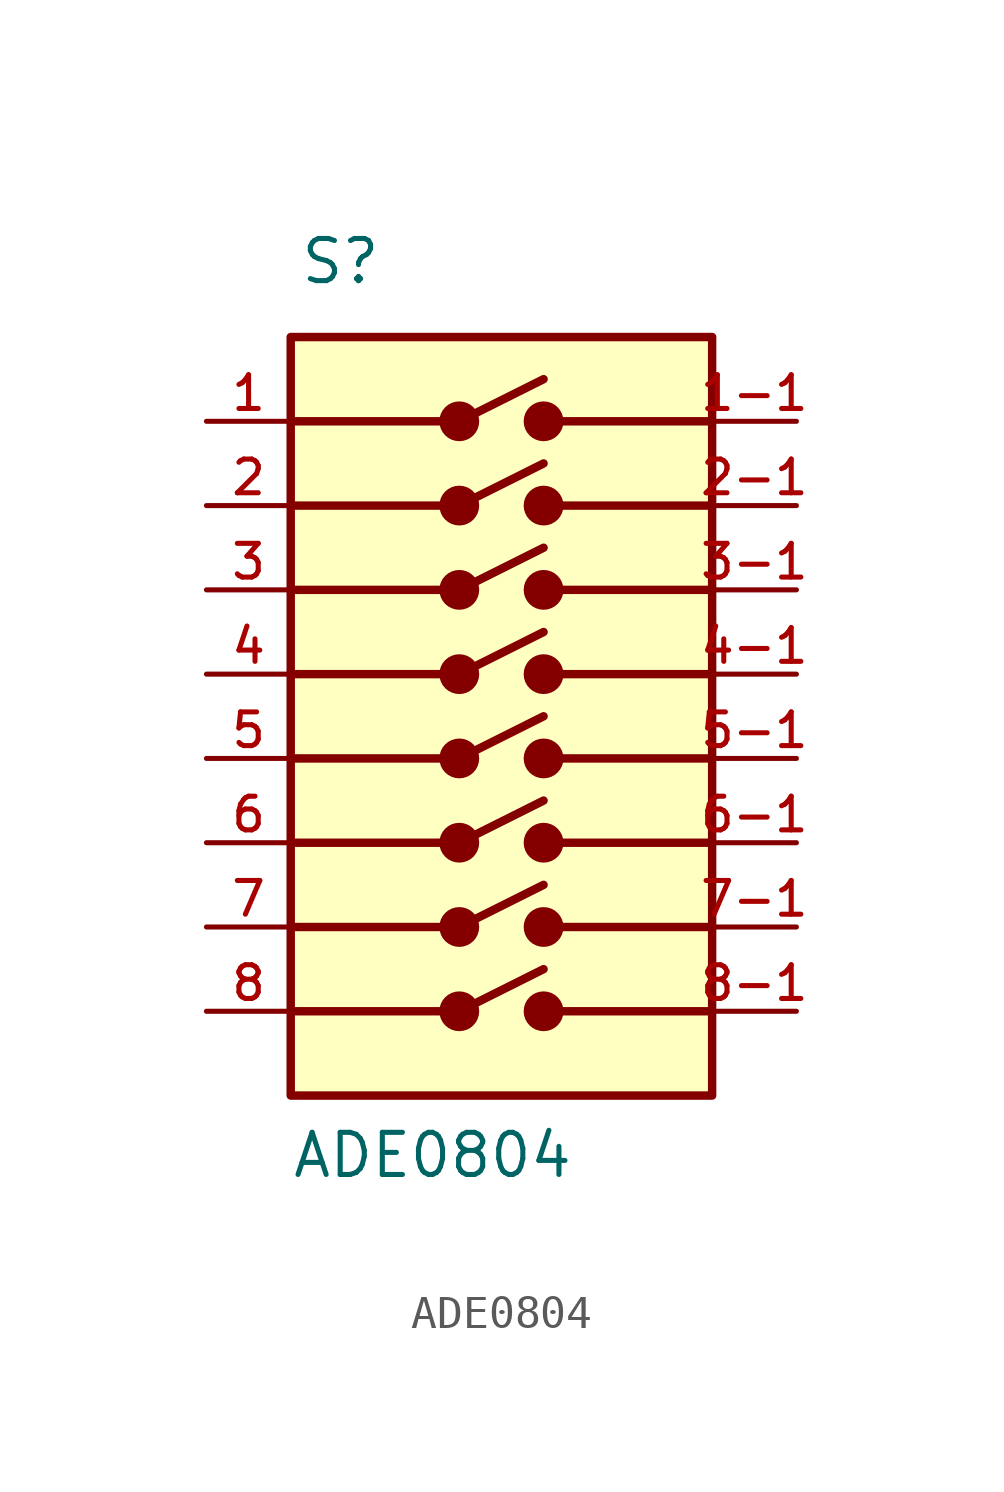
<source format=kicad_sym>
(kicad_symbol_lib
  (version 20211014)
  (generator kicad_symbol_editor)
  (symbol "ADE0804"
    (pin_names
      (offset 1.016))
    (property "Reference" "S"
      (at -4.83 14.236 0)
      (effects (font (size 1.27 1.27)) (justify bottom left)))
    (property "Value" "ADE0804"
      (at -5.08 -12.701 0)
      (effects (font (size 1.27 1.27)) (justify bottom left)))
    (symbol "ADE0804_0_0"
      (polyline (pts (xy -5.08 10.16) (xy 0.0 10.16)) (stroke (width 0.254)))
      (polyline (pts (xy 0.0 10.16) (xy 2.54 11.43)) (stroke (width 0.254)))
      (polyline (pts (xy 2.54 10.16) (xy 7.62 10.16)) (stroke (width 0.254)))
      (circle (center 0.0 10.16) (radius 0.1) (stroke (width 0.5)) (fill (type none)))
      (circle (center 2.54 10.16) (radius 0.1) (stroke (width 0.5)) (fill (type none)))
      (polyline (pts (xy -5.08 7.62) (xy 0.0 7.62)) (stroke (width 0.254)))
      (polyline (pts (xy 0.0 7.62) (xy 2.54 8.89)) (stroke (width 0.254)))
      (polyline (pts (xy 2.54 7.62) (xy 7.62 7.62)) (stroke (width 0.254)))
      (circle (center 0.0 7.62) (radius 0.1) (stroke (width 0.5)) (fill (type none)))
      (circle (center 2.54 7.62) (radius 0.1) (stroke (width 0.5)) (fill (type none)))
      (polyline (pts (xy -5.08 5.08) (xy 0.0 5.08)) (stroke (width 0.254)))
      (polyline (pts (xy 0.0 5.08) (xy 2.54 6.35)) (stroke (width 0.254)))
      (polyline (pts (xy 2.54 5.08) (xy 7.62 5.08)) (stroke (width 0.254)))
      (circle (center 0.0 5.08) (radius 0.1) (stroke (width 0.5)) (fill (type none)))
      (circle (center 2.54 5.08) (radius 0.1) (stroke (width 0.5)) (fill (type none)))
      (polyline (pts (xy -5.08 2.54) (xy 0.0 2.54)) (stroke (width 0.254)))
      (polyline (pts (xy 0.0 2.54) (xy 2.54 3.81)) (stroke (width 0.254)))
      (polyline (pts (xy 2.54 2.54) (xy 7.62 2.54)) (stroke (width 0.254)))
      (circle (center 0.0 2.54) (radius 0.1) (stroke (width 0.5)) (fill (type none)))
      (circle (center 2.54 2.54) (radius 0.1) (stroke (width 0.5)) (fill (type none)))
      (polyline (pts (xy -5.08 0.0) (xy 0.0 0.0)) (stroke (width 0.254)))
      (polyline (pts (xy 0.0 0.0) (xy 2.54 1.27)) (stroke (width 0.254)))
      (polyline (pts (xy 2.54 0.0) (xy 7.62 0.0)) (stroke (width 0.254)))
      (circle (center 0.0 0.0) (radius 0.1) (stroke (width 0.5)) (fill (type none)))
      (circle (center 2.54 0.0) (radius 0.1) (stroke (width 0.5)) (fill (type none)))
      (polyline (pts (xy -5.08 -2.54) (xy 0.0 -2.54)) (stroke (width 0.254)))
      (polyline (pts (xy 0.0 -2.54) (xy 2.54 -1.27)) (stroke (width 0.254)))
      (polyline (pts (xy 2.54 -2.54) (xy 7.62 -2.54)) (stroke (width 0.254)))
      (circle (center 0.0 -2.54) (radius 0.1) (stroke (width 0.5)) (fill (type none)))
      (circle (center 2.54 -2.54) (radius 0.1) (stroke (width 0.5)) (fill (type none)))
      (polyline (pts (xy -5.08 -5.08) (xy 0.0 -5.08)) (stroke (width 0.254)))
      (polyline (pts (xy 0.0 -5.08) (xy 2.54 -3.81)) (stroke (width 0.254)))
      (polyline (pts (xy 2.54 -5.08) (xy 7.62 -5.08)) (stroke (width 0.254)))
      (circle (center 0.0 -5.08) (radius 0.1) (stroke (width 0.5)) (fill (type none)))
      (circle (center 2.54 -5.08) (radius 0.1) (stroke (width 0.5)) (fill (type none)))
      (polyline (pts (xy -5.08 -7.62) (xy 0.0 -7.62)) (stroke (width 0.254)))
      (polyline (pts (xy 0.0 -7.62) (xy 2.54 -6.35)) (stroke (width 0.254)))
      (polyline (pts (xy 2.54 -7.62) (xy 7.62 -7.62)) (stroke (width 0.254)))
      (circle (center 0.0 -7.62) (radius 0.1) (stroke (width 0.5)) (fill (type none)))
      (circle (center 2.54 -7.62) (radius 0.1) (stroke (width 0.5)) (fill (type none)))
      (rectangle (start -5.08 -10.16) (end 7.62 12.7) (stroke (width 0.254)) (fill (type background)))
      (pin passive line (at -7.62 10.16 0) (length 2.54) (name "~" (effects (font (size 1.016 1.016)))) (number "1" (effects (font (size 1.016 1.016)))))
      (pin passive line (at 10.16 10.16 180.0) (length 2.54) (name "~" (effects (font (size 1.016 1.016)))) (number "1-1" (effects (font (size 1.016 1.016)))))
      (pin passive line (at -7.62 7.62 0) (length 2.54) (name "~" (effects (font (size 1.016 1.016)))) (number "2" (effects (font (size 1.016 1.016)))))
      (pin passive line (at -7.62 5.08 0) (length 2.54) (name "~" (effects (font (size 1.016 1.016)))) (number "3" (effects (font (size 1.016 1.016)))))
      (pin passive line (at -7.62 2.54 0) (length 2.54) (name "~" (effects (font (size 1.016 1.016)))) (number "4" (effects (font (size 1.016 1.016)))))
      (pin passive line (at -7.62 0.0 0) (length 2.54) (name "~" (effects (font (size 1.016 1.016)))) (number "5" (effects (font (size 1.016 1.016)))))
      (pin passive line (at -7.62 -2.54 0) (length 2.54) (name "~" (effects (font (size 1.016 1.016)))) (number "6" (effects (font (size 1.016 1.016)))))
      (pin passive line (at -7.62 -5.08 0) (length 2.54) (name "~" (effects (font (size 1.016 1.016)))) (number "7" (effects (font (size 1.016 1.016)))))
      (pin passive line (at -7.62 -7.62 0) (length 2.54) (name "~" (effects (font (size 1.016 1.016)))) (number "8" (effects (font (size 1.016 1.016)))))
      (pin passive line (at 10.16 7.62 180.0) (length 2.54) (name "~" (effects (font (size 1.016 1.016)))) (number "2-1" (effects (font (size 1.016 1.016)))))
      (pin passive line (at 10.16 5.08 180.0) (length 2.54) (name "~" (effects (font (size 1.016 1.016)))) (number "3-1" (effects (font (size 1.016 1.016)))))
      (pin passive line (at 10.16 2.54 180.0) (length 2.54) (name "~" (effects (font (size 1.016 1.016)))) (number "4-1" (effects (font (size 1.016 1.016)))))
      (pin passive line (at 10.16 0.0 180.0) (length 2.54) (name "~" (effects (font (size 1.016 1.016)))) (number "5-1" (effects (font (size 1.016 1.016)))))
      (pin passive line (at 10.16 -2.54 180.0) (length 2.54) (name "~" (effects (font (size 1.016 1.016)))) (number "6-1" (effects (font (size 1.016 1.016)))))
      (pin passive line (at 10.16 -5.08 180.0) (length 2.54) (name "~" (effects (font (size 1.016 1.016)))) (number "7-1" (effects (font (size 1.016 1.016)))))
      (pin passive line (at 10.16 -7.62 180.0) (length 2.54) (name "~" (effects (font (size 1.016 1.016)))) (number "8-1" (effects (font (size 1.016 1.016))))))))
</source>
